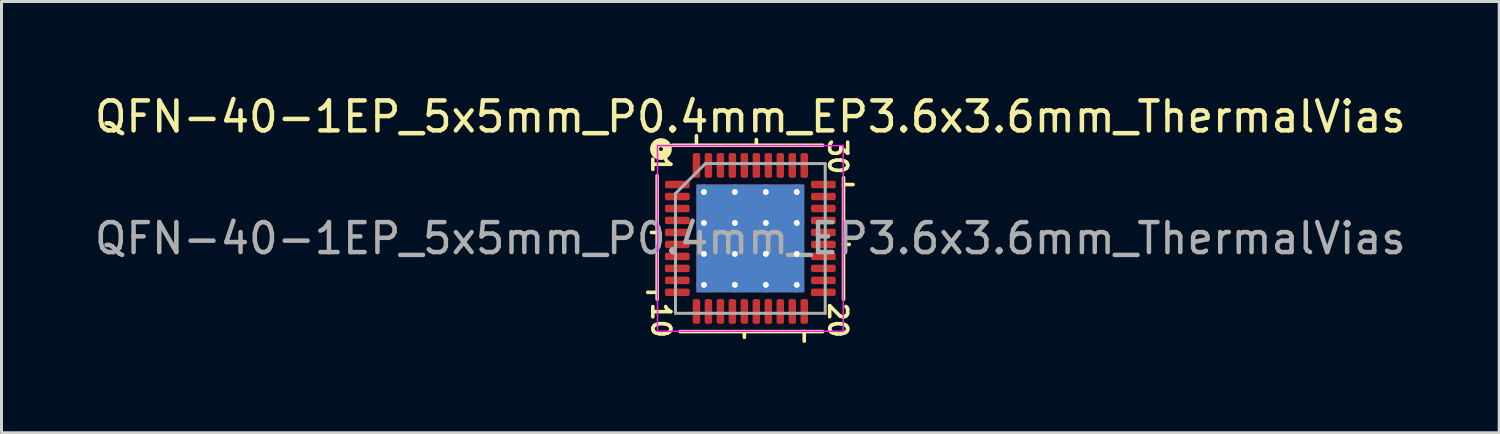
<source format=kicad_pcb>
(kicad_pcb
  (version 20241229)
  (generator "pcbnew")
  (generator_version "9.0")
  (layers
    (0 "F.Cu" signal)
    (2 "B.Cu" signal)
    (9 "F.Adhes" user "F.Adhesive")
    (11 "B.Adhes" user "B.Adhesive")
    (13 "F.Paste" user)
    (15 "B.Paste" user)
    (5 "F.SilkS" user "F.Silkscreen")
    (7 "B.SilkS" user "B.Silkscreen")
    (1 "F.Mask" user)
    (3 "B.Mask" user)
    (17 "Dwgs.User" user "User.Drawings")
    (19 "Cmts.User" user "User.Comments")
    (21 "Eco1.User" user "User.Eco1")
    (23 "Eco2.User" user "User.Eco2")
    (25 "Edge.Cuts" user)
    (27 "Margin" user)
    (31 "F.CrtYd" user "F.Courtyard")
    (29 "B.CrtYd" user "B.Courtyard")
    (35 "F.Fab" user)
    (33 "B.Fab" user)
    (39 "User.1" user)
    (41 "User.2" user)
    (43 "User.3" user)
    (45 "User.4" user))
  (footprint "QFN-40-1EP_5x5mm_P0.4mm_EP3.6x3.6mm_ThermalVias"
    (layer "F.Cu")
    (at 22.006 4.912)
    (property "Reference" "QFN-40-1EP_5x5mm_P0.4mm_EP3.6x3.6mm_ThermalVias" (at 0 -4.064 0) (layer "F.SilkS") (effects (font (size 1 1) (thickness 0.15))))
    (attr smd)
    (fp_line (start -3.111 -2.095) (end -3.111 2.032) (stroke (width 0.12) (type solid)) (layer "F.SilkS"))
    (fp_line (start -3.111 -0.2) (end -3.302 -0.2) (stroke (width 0.12) (type solid)) (layer "F.SilkS"))
    (fp_line (start -3.111 1.8) (end -3.429 1.8) (stroke (width 0.12) (type solid)) (layer "F.SilkS"))
    (fp_line (start -2.349 3.111) (end 2.413 3.111) (stroke (width 0.12) (type solid)) (layer "F.SilkS"))
    (fp_line (start -1.8 -3.111) (end -1.8 -3.429) (stroke (width 0.12) (type solid)) (layer "F.SilkS"))
    (fp_line (start -0.2 3.111) (end -0.2 3.302) (stroke (width 0.12) (type solid)) (layer "F.SilkS"))
    (fp_line (start 0.2 -3.111) (end 0.2 -3.302) (stroke (width 0.12) (type solid)) (layer "F.SilkS"))
    (fp_line (start 1.8 3.111) (end 1.8 3.429) (stroke (width 0.12) (type solid)) (layer "F.SilkS"))
    (fp_line (start 2.413 -3.111) (end -2.603 -3.111) (stroke (width 0.12) (type solid)) (layer "F.SilkS"))
    (fp_line (start 3.111 -1.8) (end 3.429 -1.8) (stroke (width 0.12) (type solid)) (layer "F.SilkS"))
    (fp_line (start 3.111 0.2) (end 3.302 0.2) (stroke (width 0.12) (type solid)) (layer "F.SilkS"))
    (fp_line (start 3.111 2.032) (end 3.111 -2.032) (stroke (width 0.12) (type solid)) (layer "F.SilkS"))
    (fp_circle (center -2.985 -2.985) (end -2.921 -2.985) (stroke (width 0.3) (type solid)) (fill no) (layer "F.SilkS"))
    (fp_line (start -3.1 -3.1) (end -3.1 3.1) (stroke (width 0.05) (type solid)) (layer "F.CrtYd"))
    (fp_line (start -3.1 3.1) (end 3.1 3.1) (stroke (width 0.05) (type solid)) (layer "F.CrtYd"))
    (fp_line (start 3.1 -3.1) (end -3.1 -3.1) (stroke (width 0.05) (type solid)) (layer "F.CrtYd"))
    (fp_line (start 3.1 3.1) (end 3.1 -3.1) (stroke (width 0.05) (type solid)) (layer "F.CrtYd"))
    (fp_line (start -2.5 -1.5) (end -1.5 -2.5) (stroke (width 0.1) (type solid)) (layer "F.Fab"))
    (fp_line (start -2.5 2.5) (end -2.5 -1.5) (stroke (width 0.1) (type solid)) (layer "F.Fab"))
    (fp_line (start -1.5 -2.5) (end 2.5 -2.5) (stroke (width 0.1) (type solid)) (layer "F.Fab"))
    (fp_line (start 2.5 -2.5) (end 2.5 2.5) (stroke (width 0.1) (type solid)) (layer "F.Fab"))
    (fp_line (start 2.5 2.5) (end -2.5 2.5) (stroke (width 0.1) (type solid)) (layer "F.Fab"))
    (fp_text user "30" (at 2.921 -2.731 270) (unlocked yes) (layer "F.SilkS") (effects (font (size 0.6 0.6) (thickness 0.12))))
    (fp_text user "20" (at 2.921 2.731 270) (unlocked yes) (layer "F.SilkS") (effects (font (size 0.6 0.6) (thickness 0.12))))
    (fp_text user "1" (at -2.985 -2.477 270) (unlocked yes) (layer "F.SilkS") (effects (font (size 0.6 0.6) (thickness 0.12))))
    (fp_text user "10" (at -2.985 2.731 270) (unlocked yes) (layer "F.SilkS") (effects (font (size 0.6 0.6) (thickness 0.12))))
    (fp_text user "${REFERENCE}" (at 0 0 0) (layer "F.Fab") (effects (font (size 1 1) (thickness 0.15))))
    (pad "" smd custom (at -1.033 -1.033) (size 0.803 0.803) (layers "F.Paste") (options (anchor circle)) (primitives (gr_poly (pts (xy 0.338 -0.233) (xy 0.338 0.233) (xy 0.233 0.338) (xy -0.233 0.338) (xy -0.338 0.233) (xy -0.338 -0.233) (xy -0.233 -0.338) (xy 0.233 -0.338)) (width 0.253) (fill yes))))
    (pad "" smd custom (at -1.033 0) (size 0.803 0.803) (layers "F.Paste") (options (anchor circle)) (primitives (gr_poly (pts (xy 0.338 -0.233) (xy 0.338 0.233) (xy 0.233 0.338) (xy -0.233 0.338) (xy -0.338 0.233) (xy -0.338 -0.233) (xy -0.233 -0.338) (xy 0.233 -0.338)) (width 0.253) (fill yes))))
    (pad "" smd custom (at -1.033 1.033) (size 0.803 0.803) (layers "F.Paste") (options (anchor circle)) (primitives (gr_poly (pts (xy 0.338 -0.233) (xy 0.338 0.233) (xy 0.233 0.338) (xy -0.233 0.338) (xy -0.338 0.233) (xy -0.338 -0.233) (xy -0.233 -0.338) (xy 0.233 -0.338)) (width 0.253) (fill yes))))
    (pad "" smd custom (at 0 -1.033) (size 0.803 0.803) (layers "F.Paste") (options (anchor circle)) (primitives (gr_poly (pts (xy 0.338 -0.233) (xy 0.338 0.233) (xy 0.233 0.338) (xy -0.233 0.338) (xy -0.338 0.233) (xy -0.338 -0.233) (xy -0.233 -0.338) (xy 0.233 -0.338)) (width 0.253) (fill yes))))
    (pad "" smd custom (at 0 0) (size 0.803 0.803) (layers "F.Paste") (options (anchor circle)) (primitives (gr_poly (pts (xy 0.338 -0.233) (xy 0.338 0.233) (xy 0.233 0.338) (xy -0.233 0.338) (xy -0.338 0.233) (xy -0.338 -0.233) (xy -0.233 -0.338) (xy 0.233 -0.338)) (width 0.253) (fill yes))))
    (pad "" smd custom (at 0 1.033) (size 0.803 0.803) (layers "F.Paste") (options (anchor circle)) (primitives (gr_poly (pts (xy 0.338 -0.233) (xy 0.338 0.233) (xy 0.233 0.338) (xy -0.233 0.338) (xy -0.338 0.233) (xy -0.338 -0.233) (xy -0.233 -0.338) (xy 0.233 -0.338)) (width 0.253) (fill yes))))
    (pad "" smd custom (at 1.033 -1.033) (size 0.803 0.803) (layers "F.Paste") (options (anchor circle)) (primitives (gr_poly (pts (xy 0.338 -0.233) (xy 0.338 0.233) (xy 0.233 0.338) (xy -0.233 0.338) (xy -0.338 0.233) (xy -0.338 -0.233) (xy -0.233 -0.338) (xy 0.233 -0.338)) (width 0.253) (fill yes))))
    (pad "" smd custom (at 1.033 0) (size 0.803 0.803) (layers "F.Paste") (options (anchor circle)) (primitives (gr_poly (pts (xy 0.338 -0.233) (xy 0.338 0.233) (xy 0.233 0.338) (xy -0.233 0.338) (xy -0.338 0.233) (xy -0.338 -0.233) (xy -0.233 -0.338) (xy 0.233 -0.338)) (width 0.253) (fill yes))))
    (pad "" smd custom (at 1.033 1.033) (size 0.803 0.803) (layers "F.Paste") (options (anchor circle)) (primitives (gr_poly (pts (xy 0.338 -0.233) (xy 0.338 0.233) (xy 0.233 0.338) (xy -0.233 0.338) (xy -0.338 0.233) (xy -0.338 -0.233) (xy -0.233 -0.338) (xy 0.233 -0.338)) (width 0.253) (fill yes))))
    (pad "1" smd roundrect (at -2.438 -1.8) (size 0.825 0.25) (layers "F.Cu" "F.Mask" "F.Paste") (roundrect_rratio 0.25))
    (pad "2" smd roundrect (at -2.438 -1.4) (size 0.825 0.25) (layers "F.Cu" "F.Mask" "F.Paste") (roundrect_rratio 0.25))
    (pad "3" smd roundrect (at -2.438 -1) (size 0.825 0.25) (layers "F.Cu" "F.Mask" "F.Paste") (roundrect_rratio 0.25))
    (pad "4" smd roundrect (at -2.438 -0.6) (size 0.825 0.25) (layers "F.Cu" "F.Mask" "F.Paste") (roundrect_rratio 0.25))
    (pad "5" smd roundrect (at -2.438 -0.2) (size 0.825 0.25) (layers "F.Cu" "F.Mask" "F.Paste") (roundrect_rratio 0.25))
    (pad "6" smd roundrect (at -2.438 0.2) (size 0.825 0.25) (layers "F.Cu" "F.Mask" "F.Paste") (roundrect_rratio 0.25))
    (pad "7" smd roundrect (at -2.438 0.6) (size 0.825 0.25) (layers "F.Cu" "F.Mask" "F.Paste") (roundrect_rratio 0.25))
    (pad "8" smd roundrect (at -2.438 1) (size 0.825 0.25) (layers "F.Cu" "F.Mask" "F.Paste") (roundrect_rratio 0.25))
    (pad "9" smd roundrect (at -2.438 1.4) (size 0.825 0.25) (layers "F.Cu" "F.Mask" "F.Paste") (roundrect_rratio 0.25))
    (pad "10" smd roundrect (at -2.438 1.8) (size 0.825 0.25) (layers "F.Cu" "F.Mask" "F.Paste") (roundrect_rratio 0.25))
    (pad "11" smd roundrect (at -1.8 2.438) (size 0.25 0.825) (layers "F.Cu" "F.Mask" "F.Paste") (roundrect_rratio 0.25))
    (pad "12" smd roundrect (at -1.4 2.438) (size 0.25 0.825) (layers "F.Cu" "F.Mask" "F.Paste") (roundrect_rratio 0.25))
    (pad "13" smd roundrect (at -1 2.438) (size 0.25 0.825) (layers "F.Cu" "F.Mask" "F.Paste") (roundrect_rratio 0.25))
    (pad "14" smd roundrect (at -0.6 2.438) (size 0.25 0.825) (layers "F.Cu" "F.Mask" "F.Paste") (roundrect_rratio 0.25))
    (pad "15" smd roundrect (at -0.2 2.438) (size 0.25 0.825) (layers "F.Cu" "F.Mask" "F.Paste") (roundrect_rratio 0.25))
    (pad "16" smd roundrect (at 0.2 2.438) (size 0.25 0.825) (layers "F.Cu" "F.Mask" "F.Paste") (roundrect_rratio 0.25))
    (pad "17" smd roundrect (at 0.6 2.438) (size 0.25 0.825) (layers "F.Cu" "F.Mask" "F.Paste") (roundrect_rratio 0.25))
    (pad "18" smd roundrect (at 1 2.438) (size 0.25 0.825) (layers "F.Cu" "F.Mask" "F.Paste") (roundrect_rratio 0.25))
    (pad "19" smd roundrect (at 1.4 2.438) (size 0.25 0.825) (layers "F.Cu" "F.Mask" "F.Paste") (roundrect_rratio 0.25))
    (pad "20" smd roundrect (at 1.8 2.438) (size 0.25 0.825) (layers "F.Cu" "F.Mask" "F.Paste") (roundrect_rratio 0.25))
    (pad "21" smd roundrect (at 2.438 1.8) (size 0.825 0.25) (layers "F.Cu" "F.Mask" "F.Paste") (roundrect_rratio 0.25))
    (pad "22" smd roundrect (at 2.438 1.4) (size 0.825 0.25) (layers "F.Cu" "F.Mask" "F.Paste") (roundrect_rratio 0.25))
    (pad "23" smd roundrect (at 2.438 1) (size 0.825 0.25) (layers "F.Cu" "F.Mask" "F.Paste") (roundrect_rratio 0.25))
    (pad "24" smd roundrect (at 2.438 0.6) (size 0.825 0.25) (layers "F.Cu" "F.Mask" "F.Paste") (roundrect_rratio 0.25))
    (pad "25" smd roundrect (at 2.438 0.2) (size 0.825 0.25) (layers "F.Cu" "F.Mask" "F.Paste") (roundrect_rratio 0.25))
    (pad "26" smd roundrect (at 2.438 -0.2) (size 0.825 0.25) (layers "F.Cu" "F.Mask" "F.Paste") (roundrect_rratio 0.25))
    (pad "27" smd roundrect (at 2.438 -0.6) (size 0.825 0.25) (layers "F.Cu" "F.Mask" "F.Paste") (roundrect_rratio 0.25))
    (pad "28" smd roundrect (at 2.438 -1) (size 0.825 0.25) (layers "F.Cu" "F.Mask" "F.Paste") (roundrect_rratio 0.25))
    (pad "29" smd roundrect (at 2.438 -1.4) (size 0.825 0.25) (layers "F.Cu" "F.Mask" "F.Paste") (roundrect_rratio 0.25))
    (pad "30" smd roundrect (at 2.438 -1.8) (size 0.825 0.25) (layers "F.Cu" "F.Mask" "F.Paste") (roundrect_rratio 0.25))
    (pad "31" smd roundrect (at 1.8 -2.438) (size 0.25 0.825) (layers "F.Cu" "F.Mask" "F.Paste") (roundrect_rratio 0.25))
    (pad "32" smd roundrect (at 1.4 -2.438) (size 0.25 0.825) (layers "F.Cu" "F.Mask" "F.Paste") (roundrect_rratio 0.25))
    (pad "33" smd roundrect (at 1 -2.438) (size 0.25 0.825) (layers "F.Cu" "F.Mask" "F.Paste") (roundrect_rratio 0.25))
    (pad "34" smd roundrect (at 0.6 -2.438) (size 0.25 0.825) (layers "F.Cu" "F.Mask" "F.Paste") (roundrect_rratio 0.25))
    (pad "35" smd roundrect (at 0.2 -2.438) (size 0.25 0.825) (layers "F.Cu" "F.Mask" "F.Paste") (roundrect_rratio 0.25))
    (pad "36" smd roundrect (at -0.2 -2.438) (size 0.25 0.825) (layers "F.Cu" "F.Mask" "F.Paste") (roundrect_rratio 0.25))
    (pad "37" smd roundrect (at -0.6 -2.438) (size 0.25 0.825) (layers "F.Cu" "F.Mask" "F.Paste") (roundrect_rratio 0.25))
    (pad "38" smd roundrect (at -1 -2.438) (size 0.25 0.825) (layers "F.Cu" "F.Mask" "F.Paste") (roundrect_rratio 0.25))
    (pad "39" smd roundrect (at -1.4 -2.438) (size 0.25 0.825) (layers "F.Cu" "F.Mask" "F.Paste") (roundrect_rratio 0.25))
    (pad "40" smd roundrect (at -1.8 -2.438) (size 0.25 0.825) (layers "F.Cu" "F.Mask" "F.Paste") (roundrect_rratio 0.25))
    (pad "41" thru_hole circle (at -1.55 -1.55) (size 0.5 0.5) (drill 0.2) (layers "*.Cu"))
    (pad "41" thru_hole circle (at -1.55 -0.517) (size 0.5 0.5) (drill 0.2) (layers "*.Cu"))
    (pad "41" thru_hole circle (at -1.55 0.517) (size 0.5 0.5) (drill 0.2) (layers "*.Cu"))
    (pad "41" thru_hole circle (at -1.55 1.55) (size 0.5 0.5) (drill 0.2) (layers "*.Cu"))
    (pad "41" thru_hole circle (at -0.517 -1.55) (size 0.5 0.5) (drill 0.2) (layers "*.Cu"))
    (pad "41" thru_hole circle (at -0.517 -0.517) (size 0.5 0.5) (drill 0.2) (layers "*.Cu"))
    (pad "41" thru_hole circle (at -0.517 0.517) (size 0.5 0.5) (drill 0.2) (layers "*.Cu"))
    (pad "41" thru_hole circle (at -0.517 1.55) (size 0.5 0.5) (drill 0.2) (layers "*.Cu"))
    (pad "41" smd rect (at 0 0) (size 3.6 3.6) (layers "F.Cu" "F.Mask"))
    (pad "41" smd rect (at 0 0) (size 3.6 3.6) (layers "B.Cu" "B.Mask"))
    (pad "41" thru_hole circle (at 0.517 -1.55) (size 0.5 0.5) (drill 0.2) (layers "*.Cu"))
    (pad "41" thru_hole circle (at 0.517 -0.517) (size 0.5 0.5) (drill 0.2) (layers "*.Cu"))
    (pad "41" thru_hole circle (at 0.517 0.517) (size 0.5 0.5) (drill 0.2) (layers "*.Cu"))
    (pad "41" thru_hole circle (at 0.517 1.55) (size 0.5 0.5) (drill 0.2) (layers "*.Cu"))
    (pad "41" thru_hole circle (at 1.55 -1.55) (size 0.5 0.5) (drill 0.2) (layers "*.Cu"))
    (pad "41" thru_hole circle (at 1.55 -0.517) (size 0.5 0.5) (drill 0.2) (layers "*.Cu"))
    (pad "41" thru_hole circle (at 1.55 0.517) (size 0.5 0.5) (drill 0.2) (layers "*.Cu"))
    (pad "41" thru_hole circle (at 1.55 1.55) (size 0.5 0.5) (drill 0.2) (layers "*.Cu")))
  (gr_rect
    (start -3 -3)
    (end 47.012 11.401)
    (stroke (width 0.1) (type default))
    (fill no)
    (layer "Edge.Cuts")))
</source>
